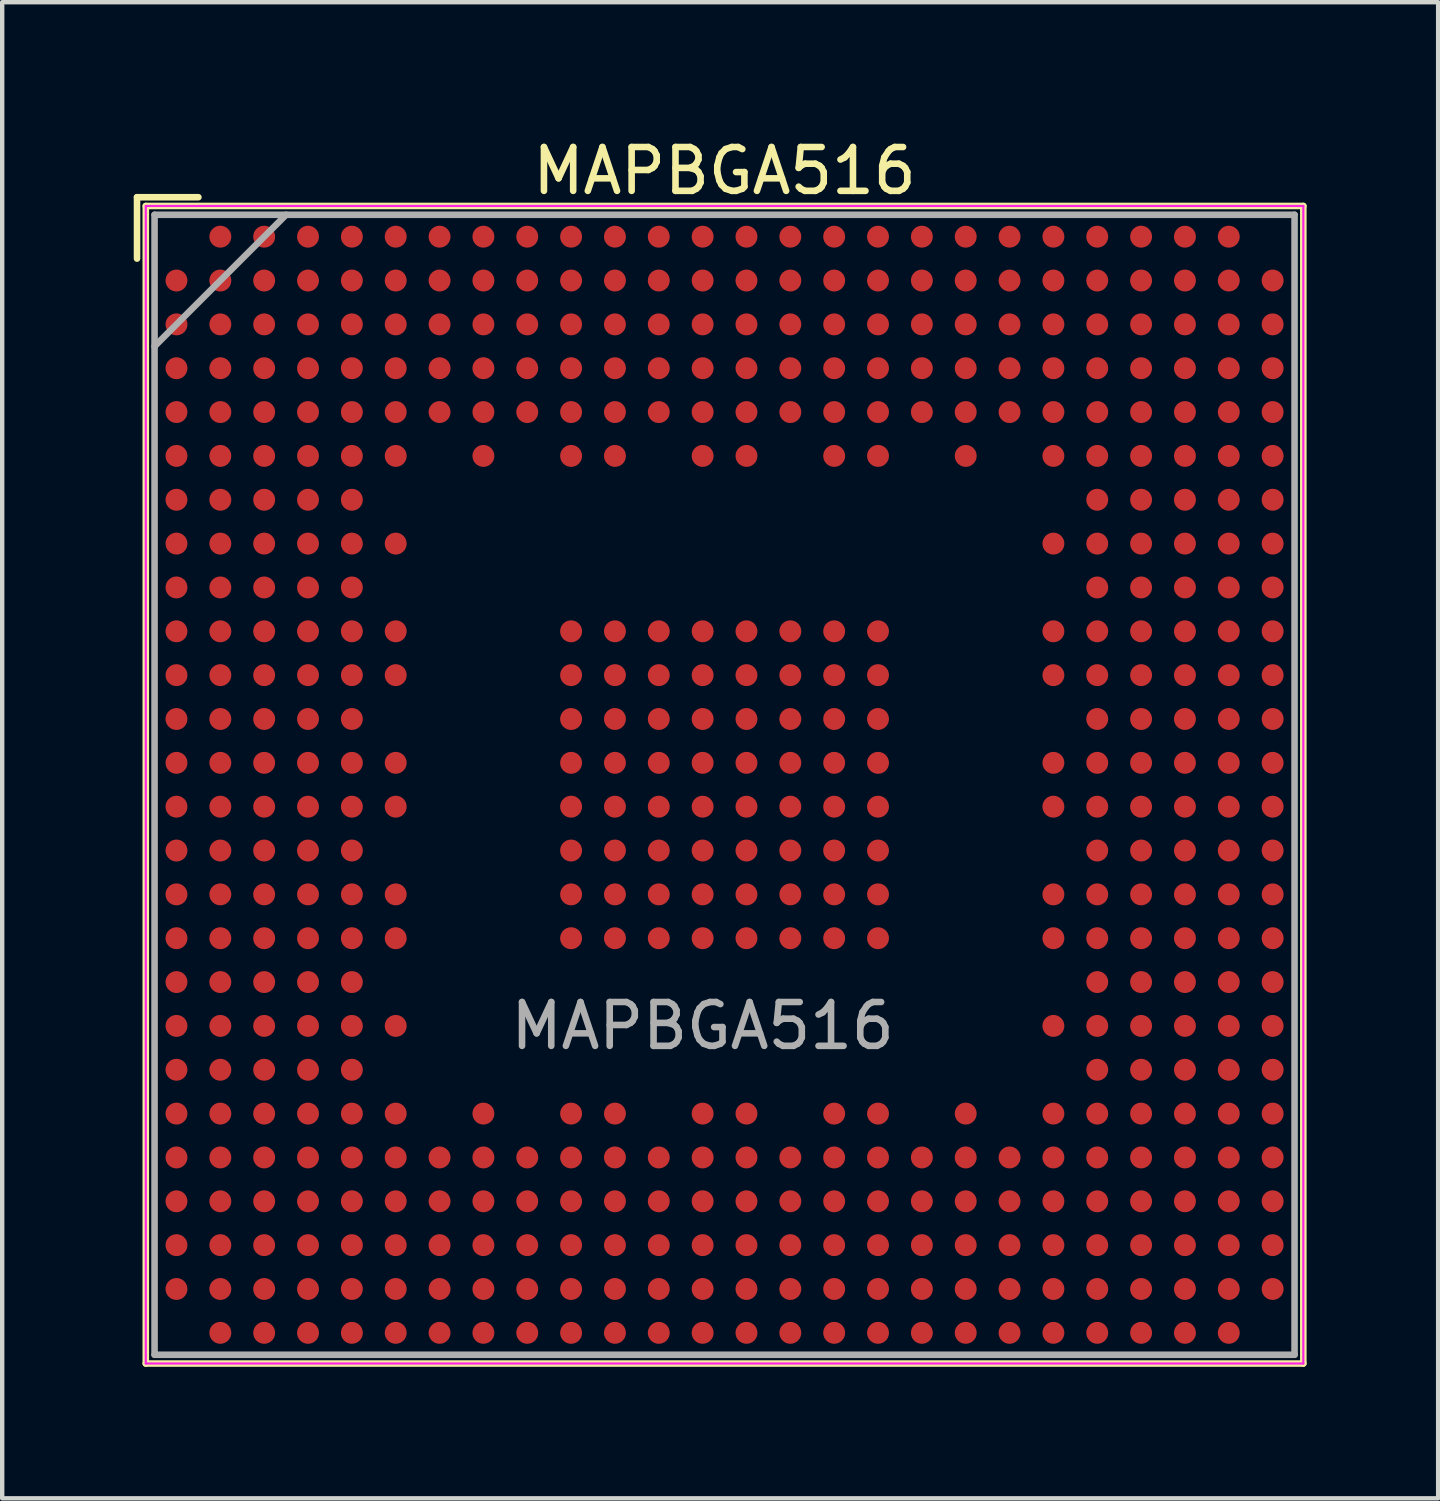
<source format=kicad_pcb>
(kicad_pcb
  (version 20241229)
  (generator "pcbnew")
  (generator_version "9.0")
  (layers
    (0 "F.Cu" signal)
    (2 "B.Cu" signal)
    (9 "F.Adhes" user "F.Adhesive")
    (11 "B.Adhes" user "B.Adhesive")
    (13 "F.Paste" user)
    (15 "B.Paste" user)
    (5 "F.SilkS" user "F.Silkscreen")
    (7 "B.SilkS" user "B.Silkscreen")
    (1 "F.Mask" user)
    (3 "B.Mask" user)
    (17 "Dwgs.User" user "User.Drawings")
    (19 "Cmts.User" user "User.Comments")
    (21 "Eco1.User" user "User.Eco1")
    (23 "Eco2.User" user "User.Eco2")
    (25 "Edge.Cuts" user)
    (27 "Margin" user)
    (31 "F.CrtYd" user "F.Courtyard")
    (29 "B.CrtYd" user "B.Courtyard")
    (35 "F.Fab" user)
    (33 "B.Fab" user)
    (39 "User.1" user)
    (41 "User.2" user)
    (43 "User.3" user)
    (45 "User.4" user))
  (footprint "MAPBGA516"
    (layer "F.Cu")
    (at 13.475 14.848)
    (property "Reference" "MAPBGA516" (at 0 -14 0) (layer "F.SilkS") (effects (font (size 1 1) (thickness 0.15))))
    (attr smd)
    (fp_line (start -13.4 -13.4) (end -13.4 -12) (stroke (width 0.15) (type solid)) (layer "F.SilkS"))
    (fp_line (start -13.2 -13.2) (end 13.2 -13.2) (stroke (width 0.15) (type solid)) (layer "F.SilkS"))
    (fp_line (start -13.2 13.2) (end -13.2 -13.2) (stroke (width 0.15) (type solid)) (layer "F.SilkS"))
    (fp_line (start -12 -13.4) (end -13.4 -13.4) (stroke (width 0.15) (type solid)) (layer "F.SilkS"))
    (fp_line (start 13.2 -13.2) (end 13.2 13.2) (stroke (width 0.15) (type solid)) (layer "F.SilkS"))
    (fp_line (start 13.2 13.2) (end -13.2 13.2) (stroke (width 0.15) (type solid)) (layer "F.SilkS"))
    (fp_line (start -13.2 -13.2) (end 13.2 -13.2) (stroke (width 0.05) (type solid)) (layer "F.CrtYd"))
    (fp_line (start -13.2 13.2) (end -13.2 -13.2) (stroke (width 0.05) (type solid)) (layer "F.CrtYd"))
    (fp_line (start 13.2 -13.2) (end 13.2 13.2) (stroke (width 0.05) (type solid)) (layer "F.CrtYd"))
    (fp_line (start 13.2 13.2) (end -13.2 13.2) (stroke (width 0.05) (type solid)) (layer "F.CrtYd"))
    (fp_line (start -13 -13) (end 13 -13) (stroke (width 0.15) (type solid)) (layer "F.Fab"))
    (fp_line (start -13 13) (end -13 -13) (stroke (width 0.15) (type solid)) (layer "F.Fab"))
    (fp_line (start -10 -13) (end -13 -10) (stroke (width 0.15) (type solid)) (layer "F.Fab"))
    (fp_line (start 13 -13) (end 13 13) (stroke (width 0.15) (type solid)) (layer "F.Fab"))
    (fp_line (start 13 13) (end -13 13) (stroke (width 0.15) (type solid)) (layer "F.Fab"))
    (fp_text user "${REFERENCE}" (at -0.5 5.5 0) (layer "F.Fab") (effects (font (size 1 1) (thickness 0.15))))
    (pad "A2" smd circle (at -11.5 -12.5) (size 0.5 0.5) (layers "F.Cu" "F.Mask" "F.Paste"))
    (pad "A3" smd circle (at -10.5 -12.5) (size 0.5 0.5) (layers "F.Cu" "F.Mask" "F.Paste"))
    (pad "A4" smd circle (at -9.5 -12.5) (size 0.5 0.5) (layers "F.Cu" "F.Mask" "F.Paste"))
    (pad "A5" smd circle (at -8.5 -12.5) (size 0.5 0.5) (layers "F.Cu" "F.Mask" "F.Paste"))
    (pad "A6" smd circle (at -7.5 -12.5) (size 0.5 0.5) (layers "F.Cu" "F.Mask" "F.Paste"))
    (pad "A7" smd circle (at -6.5 -12.5) (size 0.5 0.5) (layers "F.Cu" "F.Mask" "F.Paste"))
    (pad "A8" smd circle (at -5.5 -12.5) (size 0.5 0.5) (layers "F.Cu" "F.Mask" "F.Paste"))
    (pad "A9" smd circle (at -4.5 -12.5) (size 0.5 0.5) (layers "F.Cu" "F.Mask" "F.Paste"))
    (pad "A10" smd circle (at -3.5 -12.5) (size 0.5 0.5) (layers "F.Cu" "F.Mask" "F.Paste"))
    (pad "A11" smd circle (at -2.5 -12.5) (size 0.5 0.5) (layers "F.Cu" "F.Mask" "F.Paste"))
    (pad "A12" smd circle (at -1.5 -12.5) (size 0.5 0.5) (layers "F.Cu" "F.Mask" "F.Paste"))
    (pad "A13" smd circle (at -0.5 -12.5) (size 0.5 0.5) (layers "F.Cu" "F.Mask" "F.Paste"))
    (pad "A14" smd circle (at 0.5 -12.5) (size 0.5 0.5) (layers "F.Cu" "F.Mask" "F.Paste"))
    (pad "A15" smd circle (at 1.5 -12.5) (size 0.5 0.5) (layers "F.Cu" "F.Mask" "F.Paste"))
    (pad "A16" smd circle (at 2.5 -12.5) (size 0.5 0.5) (layers "F.Cu" "F.Mask" "F.Paste"))
    (pad "A17" smd circle (at 3.5 -12.5) (size 0.5 0.5) (layers "F.Cu" "F.Mask" "F.Paste"))
    (pad "A18" smd circle (at 4.5 -12.5) (size 0.5 0.5) (layers "F.Cu" "F.Mask" "F.Paste"))
    (pad "A19" smd circle (at 5.5 -12.5) (size 0.5 0.5) (layers "F.Cu" "F.Mask" "F.Paste"))
    (pad "A20" smd circle (at 6.5 -12.5) (size 0.5 0.5) (layers "F.Cu" "F.Mask" "F.Paste"))
    (pad "A21" smd circle (at 7.5 -12.5) (size 0.5 0.5) (layers "F.Cu" "F.Mask" "F.Paste"))
    (pad "A22" smd circle (at 8.5 -12.5) (size 0.5 0.5) (layers "F.Cu" "F.Mask" "F.Paste"))
    (pad "A23" smd circle (at 9.5 -12.5) (size 0.5 0.5) (layers "F.Cu" "F.Mask" "F.Paste"))
    (pad "A24" smd circle (at 10.5 -12.5) (size 0.5 0.5) (layers "F.Cu" "F.Mask" "F.Paste"))
    (pad "A25" smd circle (at 11.5 -12.5) (size 0.5 0.5) (layers "F.Cu" "F.Mask" "F.Paste"))
    (pad "AA1" smd circle (at -12.5 7.5) (size 0.5 0.5) (layers "F.Cu" "F.Mask" "F.Paste"))
    (pad "AA2" smd circle (at -11.5 7.5) (size 0.5 0.5) (layers "F.Cu" "F.Mask" "F.Paste"))
    (pad "AA3" smd circle (at -10.5 7.5) (size 0.5 0.5) (layers "F.Cu" "F.Mask" "F.Paste"))
    (pad "AA4" smd circle (at -9.5 7.5) (size 0.5 0.5) (layers "F.Cu" "F.Mask" "F.Paste"))
    (pad "AA5" smd circle (at -8.5 7.5) (size 0.5 0.5) (layers "F.Cu" "F.Mask" "F.Paste"))
    (pad "AA6" smd circle (at -7.5 7.5) (size 0.5 0.5) (layers "F.Cu" "F.Mask" "F.Paste"))
    (pad "AA8" smd circle (at -5.5 7.5) (size 0.5 0.5) (layers "F.Cu" "F.Mask" "F.Paste"))
    (pad "AA10" smd circle (at -3.5 7.5) (size 0.5 0.5) (layers "F.Cu" "F.Mask" "F.Paste"))
    (pad "AA11" smd circle (at -2.5 7.5) (size 0.5 0.5) (layers "F.Cu" "F.Mask" "F.Paste"))
    (pad "AA13" smd circle (at -0.5 7.5) (size 0.5 0.5) (layers "F.Cu" "F.Mask" "F.Paste"))
    (pad "AA14" smd circle (at 0.5 7.5) (size 0.5 0.5) (layers "F.Cu" "F.Mask" "F.Paste"))
    (pad "AA16" smd circle (at 2.5 7.5) (size 0.5 0.5) (layers "F.Cu" "F.Mask" "F.Paste"))
    (pad "AA17" smd circle (at 3.5 7.5) (size 0.5 0.5) (layers "F.Cu" "F.Mask" "F.Paste"))
    (pad "AA19" smd circle (at 5.5 7.5) (size 0.5 0.5) (layers "F.Cu" "F.Mask" "F.Paste"))
    (pad "AA21" smd circle (at 7.5 7.5) (size 0.5 0.5) (layers "F.Cu" "F.Mask" "F.Paste"))
    (pad "AA22" smd circle (at 8.5 7.5) (size 0.5 0.5) (layers "F.Cu" "F.Mask" "F.Paste"))
    (pad "AA23" smd circle (at 9.5 7.5) (size 0.5 0.5) (layers "F.Cu" "F.Mask" "F.Paste"))
    (pad "AA24" smd circle (at 10.5 7.5) (size 0.5 0.5) (layers "F.Cu" "F.Mask" "F.Paste"))
    (pad "AA25" smd circle (at 11.5 7.5) (size 0.5 0.5) (layers "F.Cu" "F.Mask" "F.Paste"))
    (pad "AA26" smd circle (at 12.5 7.5) (size 0.5 0.5) (layers "F.Cu" "F.Mask" "F.Paste"))
    (pad "AB1" smd circle (at -12.5 8.5) (size 0.5 0.5) (layers "F.Cu" "F.Mask" "F.Paste"))
    (pad "AB2" smd circle (at -11.5 8.5) (size 0.5 0.5) (layers "F.Cu" "F.Mask" "F.Paste"))
    (pad "AB3" smd circle (at -10.5 8.5) (size 0.5 0.5) (layers "F.Cu" "F.Mask" "F.Paste"))
    (pad "AB4" smd circle (at -9.5 8.5) (size 0.5 0.5) (layers "F.Cu" "F.Mask" "F.Paste"))
    (pad "AB5" smd circle (at -8.5 8.5) (size 0.5 0.5) (layers "F.Cu" "F.Mask" "F.Paste"))
    (pad "AB6" smd circle (at -7.5 8.5) (size 0.5 0.5) (layers "F.Cu" "F.Mask" "F.Paste"))
    (pad "AB7" smd circle (at -6.5 8.5) (size 0.5 0.5) (layers "F.Cu" "F.Mask" "F.Paste"))
    (pad "AB8" smd circle (at -5.5 8.5) (size 0.5 0.5) (layers "F.Cu" "F.Mask" "F.Paste"))
    (pad "AB9" smd circle (at -4.5 8.5) (size 0.5 0.5) (layers "F.Cu" "F.Mask" "F.Paste"))
    (pad "AB10" smd circle (at -3.5 8.5) (size 0.5 0.5) (layers "F.Cu" "F.Mask" "F.Paste"))
    (pad "AB11" smd circle (at -2.5 8.5) (size 0.5 0.5) (layers "F.Cu" "F.Mask" "F.Paste"))
    (pad "AB12" smd circle (at -1.5 8.5) (size 0.5 0.5) (layers "F.Cu" "F.Mask" "F.Paste"))
    (pad "AB13" smd circle (at -0.5 8.5) (size 0.5 0.5) (layers "F.Cu" "F.Mask" "F.Paste"))
    (pad "AB14" smd circle (at 0.5 8.5) (size 0.5 0.5) (layers "F.Cu" "F.Mask" "F.Paste"))
    (pad "AB15" smd circle (at 1.5 8.5) (size 0.5 0.5) (layers "F.Cu" "F.Mask" "F.Paste"))
    (pad "AB16" smd circle (at 2.5 8.5) (size 0.5 0.5) (layers "F.Cu" "F.Mask" "F.Paste"))
    (pad "AB17" smd circle (at 3.5 8.5) (size 0.5 0.5) (layers "F.Cu" "F.Mask" "F.Paste"))
    (pad "AB18" smd circle (at 4.5 8.5) (size 0.5 0.5) (layers "F.Cu" "F.Mask" "F.Paste"))
    (pad "AB19" smd circle (at 5.5 8.5) (size 0.5 0.5) (layers "F.Cu" "F.Mask" "F.Paste"))
    (pad "AB20" smd circle (at 6.5 8.5) (size 0.5 0.5) (layers "F.Cu" "F.Mask" "F.Paste"))
    (pad "AB21" smd circle (at 7.5 8.5) (size 0.5 0.5) (layers "F.Cu" "F.Mask" "F.Paste"))
    (pad "AB22" smd circle (at 8.5 8.5) (size 0.5 0.5) (layers "F.Cu" "F.Mask" "F.Paste"))
    (pad "AB23" smd circle (at 9.5 8.5) (size 0.5 0.5) (layers "F.Cu" "F.Mask" "F.Paste"))
    (pad "AB24" smd circle (at 10.5 8.5) (size 0.5 0.5) (layers "F.Cu" "F.Mask" "F.Paste"))
    (pad "AB25" smd circle (at 11.5 8.5) (size 0.5 0.5) (layers "F.Cu" "F.Mask" "F.Paste"))
    (pad "AB26" smd circle (at 12.5 8.5) (size 0.5 0.5) (layers "F.Cu" "F.Mask" "F.Paste"))
    (pad "AC1" smd circle (at -12.5 9.5) (size 0.5 0.5) (layers "F.Cu" "F.Mask" "F.Paste"))
    (pad "AC2" smd circle (at -11.5 9.5) (size 0.5 0.5) (layers "F.Cu" "F.Mask" "F.Paste"))
    (pad "AC3" smd circle (at -10.5 9.5) (size 0.5 0.5) (layers "F.Cu" "F.Mask" "F.Paste"))
    (pad "AC4" smd circle (at -9.5 9.5) (size 0.5 0.5) (layers "F.Cu" "F.Mask" "F.Paste"))
    (pad "AC5" smd circle (at -8.5 9.5) (size 0.5 0.5) (layers "F.Cu" "F.Mask" "F.Paste"))
    (pad "AC6" smd circle (at -7.5 9.5) (size 0.5 0.5) (layers "F.Cu" "F.Mask" "F.Paste"))
    (pad "AC7" smd circle (at -6.5 9.5) (size 0.5 0.5) (layers "F.Cu" "F.Mask" "F.Paste"))
    (pad "AC8" smd circle (at -5.5 9.5) (size 0.5 0.5) (layers "F.Cu" "F.Mask" "F.Paste"))
    (pad "AC9" smd circle (at -4.5 9.5) (size 0.5 0.5) (layers "F.Cu" "F.Mask" "F.Paste"))
    (pad "AC10" smd circle (at -3.5 9.5) (size 0.5 0.5) (layers "F.Cu" "F.Mask" "F.Paste"))
    (pad "AC11" smd circle (at -2.5 9.5) (size 0.5 0.5) (layers "F.Cu" "F.Mask" "F.Paste"))
    (pad "AC12" smd circle (at -1.5 9.5) (size 0.5 0.5) (layers "F.Cu" "F.Mask" "F.Paste"))
    (pad "AC13" smd circle (at -0.5 9.5) (size 0.5 0.5) (layers "F.Cu" "F.Mask" "F.Paste"))
    (pad "AC14" smd circle (at 0.5 9.5) (size 0.5 0.5) (layers "F.Cu" "F.Mask" "F.Paste"))
    (pad "AC15" smd circle (at 1.5 9.5) (size 0.5 0.5) (layers "F.Cu" "F.Mask" "F.Paste"))
    (pad "AC16" smd circle (at 2.5 9.5) (size 0.5 0.5) (layers "F.Cu" "F.Mask" "F.Paste"))
    (pad "AC17" smd circle (at 3.5 9.5) (size 0.5 0.5) (layers "F.Cu" "F.Mask" "F.Paste"))
    (pad "AC18" smd circle (at 4.5 9.5) (size 0.5 0.5) (layers "F.Cu" "F.Mask" "F.Paste"))
    (pad "AC19" smd circle (at 5.5 9.5) (size 0.5 0.5) (layers "F.Cu" "F.Mask" "F.Paste"))
    (pad "AC20" smd circle (at 6.5 9.5) (size 0.5 0.5) (layers "F.Cu" "F.Mask" "F.Paste"))
    (pad "AC21" smd circle (at 7.5 9.5) (size 0.5 0.5) (layers "F.Cu" "F.Mask" "F.Paste"))
    (pad "AC22" smd circle (at 8.5 9.5) (size 0.5 0.5) (layers "F.Cu" "F.Mask" "F.Paste"))
    (pad "AC23" smd circle (at 9.5 9.5) (size 0.5 0.5) (layers "F.Cu" "F.Mask" "F.Paste"))
    (pad "AC24" smd circle (at 10.5 9.5) (size 0.5 0.5) (layers "F.Cu" "F.Mask" "F.Paste"))
    (pad "AC25" smd circle (at 11.5 9.5) (size 0.5 0.5) (layers "F.Cu" "F.Mask" "F.Paste"))
    (pad "AC26" smd circle (at 12.5 9.5) (size 0.5 0.5) (layers "F.Cu" "F.Mask" "F.Paste"))
    (pad "AD1" smd circle (at -12.5 10.5) (size 0.5 0.5) (layers "F.Cu" "F.Mask" "F.Paste"))
    (pad "AD2" smd circle (at -11.5 10.5) (size 0.5 0.5) (layers "F.Cu" "F.Mask" "F.Paste"))
    (pad "AD3" smd circle (at -10.5 10.5) (size 0.5 0.5) (layers "F.Cu" "F.Mask" "F.Paste"))
    (pad "AD4" smd circle (at -9.5 10.5) (size 0.5 0.5) (layers "F.Cu" "F.Mask" "F.Paste"))
    (pad "AD5" smd circle (at -8.5 10.5) (size 0.5 0.5) (layers "F.Cu" "F.Mask" "F.Paste"))
    (pad "AD6" smd circle (at -7.5 10.5) (size 0.5 0.5) (layers "F.Cu" "F.Mask" "F.Paste"))
    (pad "AD7" smd circle (at -6.5 10.5) (size 0.5 0.5) (layers "F.Cu" "F.Mask" "F.Paste"))
    (pad "AD8" smd circle (at -5.5 10.5) (size 0.5 0.5) (layers "F.Cu" "F.Mask" "F.Paste"))
    (pad "AD9" smd circle (at -4.5 10.5) (size 0.5 0.5) (layers "F.Cu" "F.Mask" "F.Paste"))
    (pad "AD10" smd circle (at -3.5 10.5) (size 0.5 0.5) (layers "F.Cu" "F.Mask" "F.Paste"))
    (pad "AD11" smd circle (at -2.5 10.5) (size 0.5 0.5) (layers "F.Cu" "F.Mask" "F.Paste"))
    (pad "AD12" smd circle (at -1.5 10.5) (size 0.5 0.5) (layers "F.Cu" "F.Mask" "F.Paste"))
    (pad "AD13" smd circle (at -0.5 10.5) (size 0.5 0.5) (layers "F.Cu" "F.Mask" "F.Paste"))
    (pad "AD14" smd circle (at 0.5 10.5) (size 0.5 0.5) (layers "F.Cu" "F.Mask" "F.Paste"))
    (pad "AD15" smd circle (at 1.5 10.5) (size 0.5 0.5) (layers "F.Cu" "F.Mask" "F.Paste"))
    (pad "AD16" smd circle (at 2.5 10.5) (size 0.5 0.5) (layers "F.Cu" "F.Mask" "F.Paste"))
    (pad "AD17" smd circle (at 3.5 10.5) (size 0.5 0.5) (layers "F.Cu" "F.Mask" "F.Paste"))
    (pad "AD18" smd circle (at 4.5 10.5) (size 0.5 0.5) (layers "F.Cu" "F.Mask" "F.Paste"))
    (pad "AD19" smd circle (at 5.5 10.5) (size 0.5 0.5) (layers "F.Cu" "F.Mask" "F.Paste"))
    (pad "AD20" smd circle (at 6.5 10.5) (size 0.5 0.5) (layers "F.Cu" "F.Mask" "F.Paste"))
    (pad "AD21" smd circle (at 7.5 10.5) (size 0.5 0.5) (layers "F.Cu" "F.Mask" "F.Paste"))
    (pad "AD22" smd circle (at 8.5 10.5) (size 0.5 0.5) (layers "F.Cu" "F.Mask" "F.Paste"))
    (pad "AD23" smd circle (at 9.5 10.5) (size 0.5 0.5) (layers "F.Cu" "F.Mask" "F.Paste"))
    (pad "AD24" smd circle (at 10.5 10.5) (size 0.5 0.5) (layers "F.Cu" "F.Mask" "F.Paste"))
    (pad "AD25" smd circle (at 11.5 10.5) (size 0.5 0.5) (layers "F.Cu" "F.Mask" "F.Paste"))
    (pad "AD26" smd circle (at 12.5 10.5) (size 0.5 0.5) (layers "F.Cu" "F.Mask" "F.Paste"))
    (pad "AE1" smd circle (at -12.5 11.5) (size 0.5 0.5) (layers "F.Cu" "F.Mask" "F.Paste"))
    (pad "AE2" smd circle (at -11.5 11.5) (size 0.5 0.5) (layers "F.Cu" "F.Mask" "F.Paste"))
    (pad "AE3" smd circle (at -10.5 11.5) (size 0.5 0.5) (layers "F.Cu" "F.Mask" "F.Paste"))
    (pad "AE4" smd circle (at -9.5 11.5) (size 0.5 0.5) (layers "F.Cu" "F.Mask" "F.Paste"))
    (pad "AE5" smd circle (at -8.5 11.5) (size 0.5 0.5) (layers "F.Cu" "F.Mask" "F.Paste"))
    (pad "AE6" smd circle (at -7.5 11.5) (size 0.5 0.5) (layers "F.Cu" "F.Mask" "F.Paste"))
    (pad "AE7" smd circle (at -6.5 11.5) (size 0.5 0.5) (layers "F.Cu" "F.Mask" "F.Paste"))
    (pad "AE8" smd circle (at -5.5 11.5) (size 0.5 0.5) (layers "F.Cu" "F.Mask" "F.Paste"))
    (pad "AE9" smd circle (at -4.5 11.5) (size 0.5 0.5) (layers "F.Cu" "F.Mask" "F.Paste"))
    (pad "AE10" smd circle (at -3.5 11.5) (size 0.5 0.5) (layers "F.Cu" "F.Mask" "F.Paste"))
    (pad "AE11" smd circle (at -2.5 11.5) (size 0.5 0.5) (layers "F.Cu" "F.Mask" "F.Paste"))
    (pad "AE12" smd circle (at -1.5 11.5) (size 0.5 0.5) (layers "F.Cu" "F.Mask" "F.Paste"))
    (pad "AE13" smd circle (at -0.5 11.5) (size 0.5 0.5) (layers "F.Cu" "F.Mask" "F.Paste"))
    (pad "AE14" smd circle (at 0.5 11.5) (size 0.5 0.5) (layers "F.Cu" "F.Mask" "F.Paste"))
    (pad "AE15" smd circle (at 1.5 11.5) (size 0.5 0.5) (layers "F.Cu" "F.Mask" "F.Paste"))
    (pad "AE16" smd circle (at 2.5 11.5) (size 0.5 0.5) (layers "F.Cu" "F.Mask" "F.Paste"))
    (pad "AE17" smd circle (at 3.5 11.5) (size 0.5 0.5) (layers "F.Cu" "F.Mask" "F.Paste"))
    (pad "AE18" smd circle (at 4.5 11.5) (size 0.5 0.5) (layers "F.Cu" "F.Mask" "F.Paste"))
    (pad "AE19" smd circle (at 5.5 11.5) (size 0.5 0.5) (layers "F.Cu" "F.Mask" "F.Paste"))
    (pad "AE20" smd circle (at 6.5 11.5) (size 0.5 0.5) (layers "F.Cu" "F.Mask" "F.Paste"))
    (pad "AE21" smd circle (at 7.5 11.5) (size 0.5 0.5) (layers "F.Cu" "F.Mask" "F.Paste"))
    (pad "AE22" smd circle (at 8.5 11.5) (size 0.5 0.5) (layers "F.Cu" "F.Mask" "F.Paste"))
    (pad "AE23" smd circle (at 9.5 11.5) (size 0.5 0.5) (layers "F.Cu" "F.Mask" "F.Paste"))
    (pad "AE24" smd circle (at 10.5 11.5) (size 0.5 0.5) (layers "F.Cu" "F.Mask" "F.Paste"))
    (pad "AE25" smd circle (at 11.5 11.5) (size 0.5 0.5) (layers "F.Cu" "F.Mask" "F.Paste"))
    (pad "AE26" smd circle (at 12.5 11.5) (size 0.5 0.5) (layers "F.Cu" "F.Mask" "F.Paste"))
    (pad "AF2" smd circle (at -11.5 12.5) (size 0.5 0.5) (layers "F.Cu" "F.Mask" "F.Paste"))
    (pad "AF3" smd circle (at -10.5 12.5) (size 0.5 0.5) (layers "F.Cu" "F.Mask" "F.Paste"))
    (pad "AF4" smd circle (at -9.5 12.5) (size 0.5 0.5) (layers "F.Cu" "F.Mask" "F.Paste"))
    (pad "AF5" smd circle (at -8.5 12.5) (size 0.5 0.5) (layers "F.Cu" "F.Mask" "F.Paste"))
    (pad "AF6" smd circle (at -7.5 12.5) (size 0.5 0.5) (layers "F.Cu" "F.Mask" "F.Paste"))
    (pad "AF7" smd circle (at -6.5 12.5) (size 0.5 0.5) (layers "F.Cu" "F.Mask" "F.Paste"))
    (pad "AF8" smd circle (at -5.5 12.5) (size 0.5 0.5) (layers "F.Cu" "F.Mask" "F.Paste"))
    (pad "AF9" smd circle (at -4.5 12.5) (size 0.5 0.5) (layers "F.Cu" "F.Mask" "F.Paste"))
    (pad "AF10" smd circle (at -3.5 12.5) (size 0.5 0.5) (layers "F.Cu" "F.Mask" "F.Paste"))
    (pad "AF11" smd circle (at -2.5 12.5) (size 0.5 0.5) (layers "F.Cu" "F.Mask" "F.Paste"))
    (pad "AF12" smd circle (at -1.5 12.5) (size 0.5 0.5) (layers "F.Cu" "F.Mask" "F.Paste"))
    (pad "AF13" smd circle (at -0.5 12.5) (size 0.5 0.5) (layers "F.Cu" "F.Mask" "F.Paste"))
    (pad "AF14" smd circle (at 0.5 12.5) (size 0.5 0.5) (layers "F.Cu" "F.Mask" "F.Paste"))
    (pad "AF15" smd circle (at 1.5 12.5) (size 0.5 0.5) (layers "F.Cu" "F.Mask" "F.Paste"))
    (pad "AF16" smd circle (at 2.5 12.5) (size 0.5 0.5) (layers "F.Cu" "F.Mask" "F.Paste"))
    (pad "AF17" smd circle (at 3.5 12.5) (size 0.5 0.5) (layers "F.Cu" "F.Mask" "F.Paste"))
    (pad "AF18" smd circle (at 4.5 12.5) (size 0.5 0.5) (layers "F.Cu" "F.Mask" "F.Paste"))
    (pad "AF19" smd circle (at 5.5 12.5) (size 0.5 0.5) (layers "F.Cu" "F.Mask" "F.Paste"))
    (pad "AF20" smd circle (at 6.5 12.5) (size 0.5 0.5) (layers "F.Cu" "F.Mask" "F.Paste"))
    (pad "AF21" smd circle (at 7.5 12.5) (size 0.5 0.5) (layers "F.Cu" "F.Mask" "F.Paste"))
    (pad "AF22" smd circle (at 8.5 12.5) (size 0.5 0.5) (layers "F.Cu" "F.Mask" "F.Paste"))
    (pad "AF23" smd circle (at 9.5 12.5) (size 0.5 0.5) (layers "F.Cu" "F.Mask" "F.Paste"))
    (pad "AF24" smd circle (at 10.5 12.5) (size 0.5 0.5) (layers "F.Cu" "F.Mask" "F.Paste"))
    (pad "AF25" smd circle (at 11.5 12.5) (size 0.5 0.5) (layers "F.Cu" "F.Mask" "F.Paste"))
    (pad "B1" smd circle (at -12.5 -11.5) (size 0.5 0.5) (layers "F.Cu" "F.Mask" "F.Paste"))
    (pad "B2" smd circle (at -11.5 -11.5) (size 0.5 0.5) (layers "F.Cu" "F.Mask" "F.Paste"))
    (pad "B3" smd circle (at -10.5 -11.5) (size 0.5 0.5) (layers "F.Cu" "F.Mask" "F.Paste"))
    (pad "B4" smd circle (at -9.5 -11.5) (size 0.5 0.5) (layers "F.Cu" "F.Mask" "F.Paste"))
    (pad "B5" smd circle (at -8.5 -11.5) (size 0.5 0.5) (layers "F.Cu" "F.Mask" "F.Paste"))
    (pad "B6" smd circle (at -7.5 -11.5) (size 0.5 0.5) (layers "F.Cu" "F.Mask" "F.Paste"))
    (pad "B7" smd circle (at -6.5 -11.5) (size 0.5 0.5) (layers "F.Cu" "F.Mask" "F.Paste"))
    (pad "B8" smd circle (at -5.5 -11.5) (size 0.5 0.5) (layers "F.Cu" "F.Mask" "F.Paste"))
    (pad "B9" smd circle (at -4.5 -11.5) (size 0.5 0.5) (layers "F.Cu" "F.Mask" "F.Paste"))
    (pad "B10" smd circle (at -3.5 -11.5) (size 0.5 0.5) (layers "F.Cu" "F.Mask" "F.Paste"))
    (pad "B11" smd circle (at -2.5 -11.5) (size 0.5 0.5) (layers "F.Cu" "F.Mask" "F.Paste"))
    (pad "B12" smd circle (at -1.5 -11.5) (size 0.5 0.5) (layers "F.Cu" "F.Mask" "F.Paste"))
    (pad "B13" smd circle (at -0.5 -11.5) (size 0.5 0.5) (layers "F.Cu" "F.Mask" "F.Paste"))
    (pad "B14" smd circle (at 0.5 -11.5) (size 0.5 0.5) (layers "F.Cu" "F.Mask" "F.Paste"))
    (pad "B15" smd circle (at 1.5 -11.5) (size 0.5 0.5) (layers "F.Cu" "F.Mask" "F.Paste"))
    (pad "B16" smd circle (at 2.5 -11.5) (size 0.5 0.5) (layers "F.Cu" "F.Mask" "F.Paste"))
    (pad "B17" smd circle (at 3.5 -11.5) (size 0.5 0.5) (layers "F.Cu" "F.Mask" "F.Paste"))
    (pad "B18" smd circle (at 4.5 -11.5) (size 0.5 0.5) (layers "F.Cu" "F.Mask" "F.Paste"))
    (pad "B19" smd circle (at 5.5 -11.5) (size 0.5 0.5) (layers "F.Cu" "F.Mask" "F.Paste"))
    (pad "B20" smd circle (at 6.5 -11.5) (size 0.5 0.5) (layers "F.Cu" "F.Mask" "F.Paste"))
    (pad "B21" smd circle (at 7.5 -11.5) (size 0.5 0.5) (layers "F.Cu" "F.Mask" "F.Paste"))
    (pad "B22" smd circle (at 8.5 -11.5) (size 0.5 0.5) (layers "F.Cu" "F.Mask" "F.Paste"))
    (pad "B23" smd circle (at 9.5 -11.5) (size 0.5 0.5) (layers "F.Cu" "F.Mask" "F.Paste"))
    (pad "B24" smd circle (at 10.5 -11.5) (size 0.5 0.5) (layers "F.Cu" "F.Mask" "F.Paste"))
    (pad "B25" smd circle (at 11.5 -11.5) (size 0.5 0.5) (layers "F.Cu" "F.Mask" "F.Paste"))
    (pad "B26" smd circle (at 12.5 -11.5) (size 0.5 0.5) (layers "F.Cu" "F.Mask" "F.Paste"))
    (pad "C1" smd circle (at -12.5 -10.5) (size 0.5 0.5) (layers "F.Cu" "F.Mask" "F.Paste"))
    (pad "C2" smd circle (at -11.5 -10.5) (size 0.5 0.5) (layers "F.Cu" "F.Mask" "F.Paste"))
    (pad "C3" smd circle (at -10.5 -10.5) (size 0.5 0.5) (layers "F.Cu" "F.Mask" "F.Paste"))
    (pad "C4" smd circle (at -9.5 -10.5) (size 0.5 0.5) (layers "F.Cu" "F.Mask" "F.Paste"))
    (pad "C5" smd circle (at -8.5 -10.5) (size 0.5 0.5) (layers "F.Cu" "F.Mask" "F.Paste"))
    (pad "C6" smd circle (at -7.5 -10.5) (size 0.5 0.5) (layers "F.Cu" "F.Mask" "F.Paste"))
    (pad "C7" smd circle (at -6.5 -10.5) (size 0.5 0.5) (layers "F.Cu" "F.Mask" "F.Paste"))
    (pad "C8" smd circle (at -5.5 -10.5) (size 0.5 0.5) (layers "F.Cu" "F.Mask" "F.Paste"))
    (pad "C9" smd circle (at -4.5 -10.5) (size 0.5 0.5) (layers "F.Cu" "F.Mask" "F.Paste"))
    (pad "C10" smd circle (at -3.5 -10.5) (size 0.5 0.5) (layers "F.Cu" "F.Mask" "F.Paste"))
    (pad "C11" smd circle (at -2.5 -10.5) (size 0.5 0.5) (layers "F.Cu" "F.Mask" "F.Paste"))
    (pad "C12" smd circle (at -1.5 -10.5) (size 0.5 0.5) (layers "F.Cu" "F.Mask" "F.Paste"))
    (pad "C13" smd circle (at -0.5 -10.5) (size 0.5 0.5) (layers "F.Cu" "F.Mask" "F.Paste"))
    (pad "C14" smd circle (at 0.5 -10.5) (size 0.5 0.5) (layers "F.Cu" "F.Mask" "F.Paste"))
    (pad "C15" smd circle (at 1.5 -10.5) (size 0.5 0.5) (layers "F.Cu" "F.Mask" "F.Paste"))
    (pad "C16" smd circle (at 2.5 -10.5) (size 0.5 0.5) (layers "F.Cu" "F.Mask" "F.Paste"))
    (pad "C17" smd circle (at 3.5 -10.5) (size 0.5 0.5) (layers "F.Cu" "F.Mask" "F.Paste"))
    (pad "C18" smd circle (at 4.5 -10.5) (size 0.5 0.5) (layers "F.Cu" "F.Mask" "F.Paste"))
    (pad "C19" smd circle (at 5.5 -10.5) (size 0.5 0.5) (layers "F.Cu" "F.Mask" "F.Paste"))
    (pad "C20" smd circle (at 6.5 -10.5) (size 0.5 0.5) (layers "F.Cu" "F.Mask" "F.Paste"))
    (pad "C21" smd circle (at 7.5 -10.5) (size 0.5 0.5) (layers "F.Cu" "F.Mask" "F.Paste"))
    (pad "C22" smd circle (at 8.5 -10.5) (size 0.5 0.5) (layers "F.Cu" "F.Mask" "F.Paste"))
    (pad "C23" smd circle (at 9.5 -10.5) (size 0.5 0.5) (layers "F.Cu" "F.Mask" "F.Paste"))
    (pad "C24" smd circle (at 10.5 -10.5) (size 0.5 0.5) (layers "F.Cu" "F.Mask" "F.Paste"))
    (pad "C25" smd circle (at 11.5 -10.5) (size 0.5 0.5) (layers "F.Cu" "F.Mask" "F.Paste"))
    (pad "C26" smd circle (at 12.5 -10.5) (size 0.5 0.5) (layers "F.Cu" "F.Mask" "F.Paste"))
    (pad "D1" smd circle (at -12.5 -9.5) (size 0.5 0.5) (layers "F.Cu" "F.Mask" "F.Paste"))
    (pad "D2" smd circle (at -11.5 -9.5) (size 0.5 0.5) (layers "F.Cu" "F.Mask" "F.Paste"))
    (pad "D3" smd circle (at -10.5 -9.5) (size 0.5 0.5) (layers "F.Cu" "F.Mask" "F.Paste"))
    (pad "D4" smd circle (at -9.5 -9.5) (size 0.5 0.5) (layers "F.Cu" "F.Mask" "F.Paste"))
    (pad "D5" smd circle (at -8.5 -9.5) (size 0.5 0.5) (layers "F.Cu" "F.Mask" "F.Paste"))
    (pad "D6" smd circle (at -7.5 -9.5) (size 0.5 0.5) (layers "F.Cu" "F.Mask" "F.Paste"))
    (pad "D7" smd circle (at -6.5 -9.5) (size 0.5 0.5) (layers "F.Cu" "F.Mask" "F.Paste"))
    (pad "D8" smd circle (at -5.5 -9.5) (size 0.5 0.5) (layers "F.Cu" "F.Mask" "F.Paste"))
    (pad "D9" smd circle (at -4.5 -9.5) (size 0.5 0.5) (layers "F.Cu" "F.Mask" "F.Paste"))
    (pad "D10" smd circle (at -3.5 -9.5) (size 0.5 0.5) (layers "F.Cu" "F.Mask" "F.Paste"))
    (pad "D11" smd circle (at -2.5 -9.5) (size 0.5 0.5) (layers "F.Cu" "F.Mask" "F.Paste"))
    (pad "D12" smd circle (at -1.5 -9.5) (size 0.5 0.5) (layers "F.Cu" "F.Mask" "F.Paste"))
    (pad "D13" smd circle (at -0.5 -9.5) (size 0.5 0.5) (layers "F.Cu" "F.Mask" "F.Paste"))
    (pad "D14" smd circle (at 0.5 -9.5) (size 0.5 0.5) (layers "F.Cu" "F.Mask" "F.Paste"))
    (pad "D15" smd circle (at 1.5 -9.5) (size 0.5 0.5) (layers "F.Cu" "F.Mask" "F.Paste"))
    (pad "D16" smd circle (at 2.5 -9.5) (size 0.5 0.5) (layers "F.Cu" "F.Mask" "F.Paste"))
    (pad "D17" smd circle (at 3.5 -9.5) (size 0.5 0.5) (layers "F.Cu" "F.Mask" "F.Paste"))
    (pad "D18" smd circle (at 4.5 -9.5) (size 0.5 0.5) (layers "F.Cu" "F.Mask" "F.Paste"))
    (pad "D19" smd circle (at 5.5 -9.5) (size 0.5 0.5) (layers "F.Cu" "F.Mask" "F.Paste"))
    (pad "D20" smd circle (at 6.5 -9.5) (size 0.5 0.5) (layers "F.Cu" "F.Mask" "F.Paste"))
    (pad "D21" smd circle (at 7.5 -9.5) (size 0.5 0.5) (layers "F.Cu" "F.Mask" "F.Paste"))
    (pad "D22" smd circle (at 8.5 -9.5) (size 0.5 0.5) (layers "F.Cu" "F.Mask" "F.Paste"))
    (pad "D23" smd circle (at 9.5 -9.5) (size 0.5 0.5) (layers "F.Cu" "F.Mask" "F.Paste"))
    (pad "D24" smd circle (at 10.5 -9.5) (size 0.5 0.5) (layers "F.Cu" "F.Mask" "F.Paste"))
    (pad "D25" smd circle (at 11.5 -9.5) (size 0.5 0.5) (layers "F.Cu" "F.Mask" "F.Paste"))
    (pad "D26" smd circle (at 12.5 -9.5) (size 0.5 0.5) (layers "F.Cu" "F.Mask" "F.Paste"))
    (pad "E1" smd circle (at -12.5 -8.5) (size 0.5 0.5) (layers "F.Cu" "F.Mask" "F.Paste"))
    (pad "E2" smd circle (at -11.5 -8.5) (size 0.5 0.5) (layers "F.Cu" "F.Mask" "F.Paste"))
    (pad "E3" smd circle (at -10.5 -8.5) (size 0.5 0.5) (layers "F.Cu" "F.Mask" "F.Paste"))
    (pad "E4" smd circle (at -9.5 -8.5) (size 0.5 0.5) (layers "F.Cu" "F.Mask" "F.Paste"))
    (pad "E5" smd circle (at -8.5 -8.5) (size 0.5 0.5) (layers "F.Cu" "F.Mask" "F.Paste"))
    (pad "E6" smd circle (at -7.5 -8.5) (size 0.5 0.5) (layers "F.Cu" "F.Mask" "F.Paste"))
    (pad "E7" smd circle (at -6.5 -8.5) (size 0.5 0.5) (layers "F.Cu" "F.Mask" "F.Paste"))
    (pad "E8" smd circle (at -5.5 -8.5) (size 0.5 0.5) (layers "F.Cu" "F.Mask" "F.Paste"))
    (pad "E9" smd circle (at -4.5 -8.5) (size 0.5 0.5) (layers "F.Cu" "F.Mask" "F.Paste"))
    (pad "E10" smd circle (at -3.5 -8.5) (size 0.5 0.5) (layers "F.Cu" "F.Mask" "F.Paste"))
    (pad "E11" smd circle (at -2.5 -8.5) (size 0.5 0.5) (layers "F.Cu" "F.Mask" "F.Paste"))
    (pad "E12" smd circle (at -1.5 -8.5) (size 0.5 0.5) (layers "F.Cu" "F.Mask" "F.Paste"))
    (pad "E13" smd circle (at -0.5 -8.5) (size 0.5 0.5) (layers "F.Cu" "F.Mask" "F.Paste"))
    (pad "E14" smd circle (at 0.5 -8.5) (size 0.5 0.5) (layers "F.Cu" "F.Mask" "F.Paste"))
    (pad "E15" smd circle (at 1.5 -8.5) (size 0.5 0.5) (layers "F.Cu" "F.Mask" "F.Paste"))
    (pad "E16" smd circle (at 2.5 -8.5) (size 0.5 0.5) (layers "F.Cu" "F.Mask" "F.Paste"))
    (pad "E17" smd circle (at 3.5 -8.5) (size 0.5 0.5) (layers "F.Cu" "F.Mask" "F.Paste"))
    (pad "E18" smd circle (at 4.5 -8.5) (size 0.5 0.5) (layers "F.Cu" "F.Mask" "F.Paste"))
    (pad "E19" smd circle (at 5.5 -8.5) (size 0.5 0.5) (layers "F.Cu" "F.Mask" "F.Paste"))
    (pad "E20" smd circle (at 6.5 -8.5) (size 0.5 0.5) (layers "F.Cu" "F.Mask" "F.Paste"))
    (pad "E21" smd circle (at 7.5 -8.5) (size 0.5 0.5) (layers "F.Cu" "F.Mask" "F.Paste"))
    (pad "E22" smd circle (at 8.5 -8.5) (size 0.5 0.5) (layers "F.Cu" "F.Mask" "F.Paste"))
    (pad "E23" smd circle (at 9.5 -8.5) (size 0.5 0.5) (layers "F.Cu" "F.Mask" "F.Paste"))
    (pad "E24" smd circle (at 10.5 -8.5) (size 0.5 0.5) (layers "F.Cu" "F.Mask" "F.Paste"))
    (pad "E25" smd circle (at 11.5 -8.5) (size 0.5 0.5) (layers "F.Cu" "F.Mask" "F.Paste"))
    (pad "E26" smd circle (at 12.5 -8.5) (size 0.5 0.5) (layers "F.Cu" "F.Mask" "F.Paste"))
    (pad "F1" smd circle (at -12.5 -7.5) (size 0.5 0.5) (layers "F.Cu" "F.Mask" "F.Paste"))
    (pad "F2" smd circle (at -11.5 -7.5) (size 0.5 0.5) (layers "F.Cu" "F.Mask" "F.Paste"))
    (pad "F3" smd circle (at -10.5 -7.5) (size 0.5 0.5) (layers "F.Cu" "F.Mask" "F.Paste"))
    (pad "F4" smd circle (at -9.5 -7.5) (size 0.5 0.5) (layers "F.Cu" "F.Mask" "F.Paste"))
    (pad "F5" smd circle (at -8.5 -7.5) (size 0.5 0.5) (layers "F.Cu" "F.Mask" "F.Paste"))
    (pad "F6" smd circle (at -7.5 -7.5) (size 0.5 0.5) (layers "F.Cu" "F.Mask" "F.Paste"))
    (pad "F8" smd circle (at -5.5 -7.5) (size 0.5 0.5) (layers "F.Cu" "F.Mask" "F.Paste"))
    (pad "F10" smd circle (at -3.5 -7.5) (size 0.5 0.5) (layers "F.Cu" "F.Mask" "F.Paste"))
    (pad "F11" smd circle (at -2.5 -7.5) (size 0.5 0.5) (layers "F.Cu" "F.Mask" "F.Paste"))
    (pad "F13" smd circle (at -0.5 -7.5) (size 0.5 0.5) (layers "F.Cu" "F.Mask" "F.Paste"))
    (pad "F14" smd circle (at 0.5 -7.5) (size 0.5 0.5) (layers "F.Cu" "F.Mask" "F.Paste"))
    (pad "F16" smd circle (at 2.5 -7.5) (size 0.5 0.5) (layers "F.Cu" "F.Mask" "F.Paste"))
    (pad "F17" smd circle (at 3.5 -7.5) (size 0.5 0.5) (layers "F.Cu" "F.Mask" "F.Paste"))
    (pad "F19" smd circle (at 5.5 -7.5) (size 0.5 0.5) (layers "F.Cu" "F.Mask" "F.Paste"))
    (pad "F21" smd circle (at 7.5 -7.5) (size 0.5 0.5) (layers "F.Cu" "F.Mask" "F.Paste"))
    (pad "F22" smd circle (at 8.5 -7.5) (size 0.5 0.5) (layers "F.Cu" "F.Mask" "F.Paste"))
    (pad "F23" smd circle (at 9.5 -7.5) (size 0.5 0.5) (layers "F.Cu" "F.Mask" "F.Paste"))
    (pad "F24" smd circle (at 10.5 -7.5) (size 0.5 0.5) (layers "F.Cu" "F.Mask" "F.Paste"))
    (pad "F25" smd circle (at 11.5 -7.5) (size 0.5 0.5) (layers "F.Cu" "F.Mask" "F.Paste"))
    (pad "F26" smd circle (at 12.5 -7.5) (size 0.5 0.5) (layers "F.Cu" "F.Mask" "F.Paste"))
    (pad "G1" smd circle (at -12.5 -6.5) (size 0.5 0.5) (layers "F.Cu" "F.Mask" "F.Paste"))
    (pad "G2" smd circle (at -11.5 -6.5) (size 0.5 0.5) (layers "F.Cu" "F.Mask" "F.Paste"))
    (pad "G3" smd circle (at -10.5 -6.5) (size 0.5 0.5) (layers "F.Cu" "F.Mask" "F.Paste"))
    (pad "G4" smd circle (at -9.5 -6.5) (size 0.5 0.5) (layers "F.Cu" "F.Mask" "F.Paste"))
    (pad "G5" smd circle (at -8.5 -6.5) (size 0.5 0.5) (layers "F.Cu" "F.Mask" "F.Paste"))
    (pad "G22" smd circle (at 8.5 -6.5) (size 0.5 0.5) (layers "F.Cu" "F.Mask" "F.Paste"))
    (pad "G23" smd circle (at 9.5 -6.5) (size 0.5 0.5) (layers "F.Cu" "F.Mask" "F.Paste"))
    (pad "G24" smd circle (at 10.5 -6.5) (size 0.5 0.5) (layers "F.Cu" "F.Mask" "F.Paste"))
    (pad "G25" smd circle (at 11.5 -6.5) (size 0.5 0.5) (layers "F.Cu" "F.Mask" "F.Paste"))
    (pad "G26" smd circle (at 12.5 -6.5) (size 0.5 0.5) (layers "F.Cu" "F.Mask" "F.Paste"))
    (pad "H1" smd circle (at -12.5 -5.5) (size 0.5 0.5) (layers "F.Cu" "F.Mask" "F.Paste"))
    (pad "H2" smd circle (at -11.5 -5.5) (size 0.5 0.5) (layers "F.Cu" "F.Mask" "F.Paste"))
    (pad "H3" smd circle (at -10.5 -5.5) (size 0.5 0.5) (layers "F.Cu" "F.Mask" "F.Paste"))
    (pad "H4" smd circle (at -9.5 -5.5) (size 0.5 0.5) (layers "F.Cu" "F.Mask" "F.Paste"))
    (pad "H5" smd circle (at -8.5 -5.5) (size 0.5 0.5) (layers "F.Cu" "F.Mask" "F.Paste"))
    (pad "H6" smd circle (at -7.5 -5.5) (size 0.5 0.5) (layers "F.Cu" "F.Mask" "F.Paste"))
    (pad "H21" smd circle (at 7.5 -5.5) (size 0.5 0.5) (layers "F.Cu" "F.Mask" "F.Paste"))
    (pad "H22" smd circle (at 8.5 -5.5) (size 0.5 0.5) (layers "F.Cu" "F.Mask" "F.Paste"))
    (pad "H23" smd circle (at 9.5 -5.5) (size 0.5 0.5) (layers "F.Cu" "F.Mask" "F.Paste"))
    (pad "H24" smd circle (at 10.5 -5.5) (size 0.5 0.5) (layers "F.Cu" "F.Mask" "F.Paste"))
    (pad "H25" smd circle (at 11.5 -5.5) (size 0.5 0.5) (layers "F.Cu" "F.Mask" "F.Paste"))
    (pad "H26" smd circle (at 12.5 -5.5) (size 0.5 0.5) (layers "F.Cu" "F.Mask" "F.Paste"))
    (pad "J1" smd circle (at -12.5 -4.5) (size 0.5 0.5) (layers "F.Cu" "F.Mask" "F.Paste"))
    (pad "J2" smd circle (at -11.5 -4.5) (size 0.5 0.5) (layers "F.Cu" "F.Mask" "F.Paste"))
    (pad "J3" smd circle (at -10.5 -4.5) (size 0.5 0.5) (layers "F.Cu" "F.Mask" "F.Paste"))
    (pad "J4" smd circle (at -9.5 -4.5) (size 0.5 0.5) (layers "F.Cu" "F.Mask" "F.Paste"))
    (pad "J5" smd circle (at -8.5 -4.5) (size 0.5 0.5) (layers "F.Cu" "F.Mask" "F.Paste"))
    (pad "J22" smd circle (at 8.5 -4.5) (size 0.5 0.5) (layers "F.Cu" "F.Mask" "F.Paste"))
    (pad "J23" smd circle (at 9.5 -4.5) (size 0.5 0.5) (layers "F.Cu" "F.Mask" "F.Paste"))
    (pad "J24" smd circle (at 10.5 -4.5) (size 0.5 0.5) (layers "F.Cu" "F.Mask" "F.Paste"))
    (pad "J25" smd circle (at 11.5 -4.5) (size 0.5 0.5) (layers "F.Cu" "F.Mask" "F.Paste"))
    (pad "J26" smd circle (at 12.5 -4.5) (size 0.5 0.5) (layers "F.Cu" "F.Mask" "F.Paste"))
    (pad "K1" smd circle (at -12.5 -3.5) (size 0.5 0.5) (layers "F.Cu" "F.Mask" "F.Paste"))
    (pad "K2" smd circle (at -11.5 -3.5) (size 0.5 0.5) (layers "F.Cu" "F.Mask" "F.Paste"))
    (pad "K3" smd circle (at -10.5 -3.5) (size 0.5 0.5) (layers "F.Cu" "F.Mask" "F.Paste"))
    (pad "K4" smd circle (at -9.5 -3.5) (size 0.5 0.5) (layers "F.Cu" "F.Mask" "F.Paste"))
    (pad "K5" smd circle (at -8.5 -3.5) (size 0.5 0.5) (layers "F.Cu" "F.Mask" "F.Paste"))
    (pad "K6" smd circle (at -7.5 -3.5) (size 0.5 0.5) (layers "F.Cu" "F.Mask" "F.Paste"))
    (pad "K10" smd circle (at -3.5 -3.5) (size 0.5 0.5) (layers "F.Cu" "F.Mask" "F.Paste"))
    (pad "K11" smd circle (at -2.5 -3.5) (size 0.5 0.5) (layers "F.Cu" "F.Mask" "F.Paste"))
    (pad "K12" smd circle (at -1.5 -3.5) (size 0.5 0.5) (layers "F.Cu" "F.Mask" "F.Paste"))
    (pad "K13" smd circle (at -0.5 -3.5) (size 0.5 0.5) (layers "F.Cu" "F.Mask" "F.Paste"))
    (pad "K14" smd circle (at 0.5 -3.5) (size 0.5 0.5) (layers "F.Cu" "F.Mask" "F.Paste"))
    (pad "K15" smd circle (at 1.5 -3.5) (size 0.5 0.5) (layers "F.Cu" "F.Mask" "F.Paste"))
    (pad "K16" smd circle (at 2.5 -3.5) (size 0.5 0.5) (layers "F.Cu" "F.Mask" "F.Paste"))
    (pad "K17" smd circle (at 3.5 -3.5) (size 0.5 0.5) (layers "F.Cu" "F.Mask" "F.Paste"))
    (pad "K21" smd circle (at 7.5 -3.5) (size 0.5 0.5) (layers "F.Cu" "F.Mask" "F.Paste"))
    (pad "K22" smd circle (at 8.5 -3.5) (size 0.5 0.5) (layers "F.Cu" "F.Mask" "F.Paste"))
    (pad "K23" smd circle (at 9.5 -3.5) (size 0.5 0.5) (layers "F.Cu" "F.Mask" "F.Paste"))
    (pad "K24" smd circle (at 10.5 -3.5) (size 0.5 0.5) (layers "F.Cu" "F.Mask" "F.Paste"))
    (pad "K25" smd circle (at 11.5 -3.5) (size 0.5 0.5) (layers "F.Cu" "F.Mask" "F.Paste"))
    (pad "K26" smd circle (at 12.5 -3.5) (size 0.5 0.5) (layers "F.Cu" "F.Mask" "F.Paste"))
    (pad "L1" smd circle (at -12.5 -2.5) (size 0.5 0.5) (layers "F.Cu" "F.Mask" "F.Paste"))
    (pad "L2" smd circle (at -11.5 -2.5) (size 0.5 0.5) (layers "F.Cu" "F.Mask" "F.Paste"))
    (pad "L3" smd circle (at -10.5 -2.5) (size 0.5 0.5) (layers "F.Cu" "F.Mask" "F.Paste"))
    (pad "L4" smd circle (at -9.5 -2.5) (size 0.5 0.5) (layers "F.Cu" "F.Mask" "F.Paste"))
    (pad "L5" smd circle (at -8.5 -2.5) (size 0.5 0.5) (layers "F.Cu" "F.Mask" "F.Paste"))
    (pad "L6" smd circle (at -7.5 -2.5) (size 0.5 0.5) (layers "F.Cu" "F.Mask" "F.Paste"))
    (pad "L10" smd circle (at -3.5 -2.5) (size 0.5 0.5) (layers "F.Cu" "F.Mask" "F.Paste"))
    (pad "L11" smd circle (at -2.5 -2.5) (size 0.5 0.5) (layers "F.Cu" "F.Mask" "F.Paste"))
    (pad "L12" smd circle (at -1.5 -2.5) (size 0.5 0.5) (layers "F.Cu" "F.Mask" "F.Paste"))
    (pad "L13" smd circle (at -0.5 -2.5) (size 0.5 0.5) (layers "F.Cu" "F.Mask" "F.Paste"))
    (pad "L14" smd circle (at 0.5 -2.5) (size 0.5 0.5) (layers "F.Cu" "F.Mask" "F.Paste"))
    (pad "L15" smd circle (at 1.5 -2.5) (size 0.5 0.5) (layers "F.Cu" "F.Mask" "F.Paste"))
    (pad "L16" smd circle (at 2.5 -2.5) (size 0.5 0.5) (layers "F.Cu" "F.Mask" "F.Paste"))
    (pad "L17" smd circle (at 3.5 -2.5) (size 0.5 0.5) (layers "F.Cu" "F.Mask" "F.Paste"))
    (pad "L21" smd circle (at 7.5 -2.5) (size 0.5 0.5) (layers "F.Cu" "F.Mask" "F.Paste"))
    (pad "L22" smd circle (at 8.5 -2.5) (size 0.5 0.5) (layers "F.Cu" "F.Mask" "F.Paste"))
    (pad "L23" smd circle (at 9.5 -2.5) (size 0.5 0.5) (layers "F.Cu" "F.Mask" "F.Paste"))
    (pad "L24" smd circle (at 10.5 -2.5) (size 0.5 0.5) (layers "F.Cu" "F.Mask" "F.Paste"))
    (pad "L25" smd circle (at 11.5 -2.5) (size 0.5 0.5) (layers "F.Cu" "F.Mask" "F.Paste"))
    (pad "L26" smd circle (at 12.5 -2.5) (size 0.5 0.5) (layers "F.Cu" "F.Mask" "F.Paste"))
    (pad "M1" smd circle (at -12.5 -1.5) (size 0.5 0.5) (layers "F.Cu" "F.Mask" "F.Paste"))
    (pad "M2" smd circle (at -11.5 -1.5) (size 0.5 0.5) (layers "F.Cu" "F.Mask" "F.Paste"))
    (pad "M3" smd circle (at -10.5 -1.5) (size 0.5 0.5) (layers "F.Cu" "F.Mask" "F.Paste"))
    (pad "M4" smd circle (at -9.5 -1.5) (size 0.5 0.5) (layers "F.Cu" "F.Mask" "F.Paste"))
    (pad "M5" smd circle (at -8.5 -1.5) (size 0.5 0.5) (layers "F.Cu" "F.Mask" "F.Paste"))
    (pad "M10" smd circle (at -3.5 -1.5) (size 0.5 0.5) (layers "F.Cu" "F.Mask" "F.Paste"))
    (pad "M11" smd circle (at -2.5 -1.5) (size 0.5 0.5) (layers "F.Cu" "F.Mask" "F.Paste"))
    (pad "M12" smd circle (at -1.5 -1.5) (size 0.5 0.5) (layers "F.Cu" "F.Mask" "F.Paste"))
    (pad "M13" smd circle (at -0.5 -1.5) (size 0.5 0.5) (layers "F.Cu" "F.Mask" "F.Paste"))
    (pad "M14" smd circle (at 0.5 -1.5) (size 0.5 0.5) (layers "F.Cu" "F.Mask" "F.Paste"))
    (pad "M15" smd circle (at 1.5 -1.5) (size 0.5 0.5) (layers "F.Cu" "F.Mask" "F.Paste"))
    (pad "M16" smd circle (at 2.5 -1.5) (size 0.5 0.5) (layers "F.Cu" "F.Mask" "F.Paste"))
    (pad "M17" smd circle (at 3.5 -1.5) (size 0.5 0.5) (layers "F.Cu" "F.Mask" "F.Paste"))
    (pad "M22" smd circle (at 8.5 -1.5) (size 0.5 0.5) (layers "F.Cu" "F.Mask" "F.Paste"))
    (pad "M23" smd circle (at 9.5 -1.5) (size 0.5 0.5) (layers "F.Cu" "F.Mask" "F.Paste"))
    (pad "M24" smd circle (at 10.5 -1.5) (size 0.5 0.5) (layers "F.Cu" "F.Mask" "F.Paste"))
    (pad "M25" smd circle (at 11.5 -1.5) (size 0.5 0.5) (layers "F.Cu" "F.Mask" "F.Paste"))
    (pad "M26" smd circle (at 12.5 -1.5) (size 0.5 0.5) (layers "F.Cu" "F.Mask" "F.Paste"))
    (pad "N1" smd circle (at -12.5 -0.5) (size 0.5 0.5) (layers "F.Cu" "F.Mask" "F.Paste"))
    (pad "N2" smd circle (at -11.5 -0.5) (size 0.5 0.5) (layers "F.Cu" "F.Mask" "F.Paste"))
    (pad "N3" smd circle (at -10.5 -0.5) (size 0.5 0.5) (layers "F.Cu" "F.Mask" "F.Paste"))
    (pad "N4" smd circle (at -9.5 -0.5) (size 0.5 0.5) (layers "F.Cu" "F.Mask" "F.Paste"))
    (pad "N5" smd circle (at -8.5 -0.5) (size 0.5 0.5) (layers "F.Cu" "F.Mask" "F.Paste"))
    (pad "N6" smd circle (at -7.5 -0.5) (size 0.5 0.5) (layers "F.Cu" "F.Mask" "F.Paste"))
    (pad "N10" smd circle (at -3.5 -0.5) (size 0.5 0.5) (layers "F.Cu" "F.Mask" "F.Paste"))
    (pad "N11" smd circle (at -2.5 -0.5) (size 0.5 0.5) (layers "F.Cu" "F.Mask" "F.Paste"))
    (pad "N12" smd circle (at -1.5 -0.5) (size 0.5 0.5) (layers "F.Cu" "F.Mask" "F.Paste"))
    (pad "N13" smd circle (at -0.5 -0.5) (size 0.5 0.5) (layers "F.Cu" "F.Mask" "F.Paste"))
    (pad "N14" smd circle (at 0.5 -0.5) (size 0.5 0.5) (layers "F.Cu" "F.Mask" "F.Paste"))
    (pad "N15" smd circle (at 1.5 -0.5) (size 0.5 0.5) (layers "F.Cu" "F.Mask" "F.Paste"))
    (pad "N16" smd circle (at 2.5 -0.5) (size 0.5 0.5) (layers "F.Cu" "F.Mask" "F.Paste"))
    (pad "N17" smd circle (at 3.5 -0.5) (size 0.5 0.5) (layers "F.Cu" "F.Mask" "F.Paste"))
    (pad "N21" smd circle (at 7.5 -0.5) (size 0.5 0.5) (layers "F.Cu" "F.Mask" "F.Paste"))
    (pad "N22" smd circle (at 8.5 -0.5) (size 0.5 0.5) (layers "F.Cu" "F.Mask" "F.Paste"))
    (pad "N23" smd circle (at 9.5 -0.5) (size 0.5 0.5) (layers "F.Cu" "F.Mask" "F.Paste"))
    (pad "N24" smd circle (at 10.5 -0.5) (size 0.5 0.5) (layers "F.Cu" "F.Mask" "F.Paste"))
    (pad "N25" smd circle (at 11.5 -0.5) (size 0.5 0.5) (layers "F.Cu" "F.Mask" "F.Paste"))
    (pad "N26" smd circle (at 12.5 -0.5) (size 0.5 0.5) (layers "F.Cu" "F.Mask" "F.Paste"))
    (pad "P1" smd circle (at -12.5 0.5) (size 0.5 0.5) (layers "F.Cu" "F.Mask" "F.Paste"))
    (pad "P2" smd circle (at -11.5 0.5) (size 0.5 0.5) (layers "F.Cu" "F.Mask" "F.Paste"))
    (pad "P3" smd circle (at -10.5 0.5) (size 0.5 0.5) (layers "F.Cu" "F.Mask" "F.Paste"))
    (pad "P4" smd circle (at -9.5 0.5) (size 0.5 0.5) (layers "F.Cu" "F.Mask" "F.Paste"))
    (pad "P5" smd circle (at -8.5 0.5) (size 0.5 0.5) (layers "F.Cu" "F.Mask" "F.Paste"))
    (pad "P6" smd circle (at -7.5 0.5) (size 0.5 0.5) (layers "F.Cu" "F.Mask" "F.Paste"))
    (pad "P10" smd circle (at -3.5 0.5) (size 0.5 0.5) (layers "F.Cu" "F.Mask" "F.Paste"))
    (pad "P11" smd circle (at -2.5 0.5) (size 0.5 0.5) (layers "F.Cu" "F.Mask" "F.Paste"))
    (pad "P12" smd circle (at -1.5 0.5) (size 0.5 0.5) (layers "F.Cu" "F.Mask" "F.Paste"))
    (pad "P13" smd circle (at -0.5 0.5) (size 0.5 0.5) (layers "F.Cu" "F.Mask" "F.Paste"))
    (pad "P14" smd circle (at 0.5 0.5) (size 0.5 0.5) (layers "F.Cu" "F.Mask" "F.Paste"))
    (pad "P15" smd circle (at 1.5 0.5) (size 0.5 0.5) (layers "F.Cu" "F.Mask" "F.Paste"))
    (pad "P16" smd circle (at 2.5 0.5) (size 0.5 0.5) (layers "F.Cu" "F.Mask" "F.Paste"))
    (pad "P17" smd circle (at 3.5 0.5) (size 0.5 0.5) (layers "F.Cu" "F.Mask" "F.Paste"))
    (pad "P21" smd circle (at 7.5 0.5) (size 0.5 0.5) (layers "F.Cu" "F.Mask" "F.Paste"))
    (pad "P22" smd circle (at 8.5 0.5) (size 0.5 0.5) (layers "F.Cu" "F.Mask" "F.Paste"))
    (pad "P23" smd circle (at 9.5 0.5) (size 0.5 0.5) (layers "F.Cu" "F.Mask" "F.Paste"))
    (pad "P24" smd circle (at 10.5 0.5) (size 0.5 0.5) (layers "F.Cu" "F.Mask" "F.Paste"))
    (pad "P25" smd circle (at 11.5 0.5) (size 0.5 0.5) (layers "F.Cu" "F.Mask" "F.Paste"))
    (pad "P26" smd circle (at 12.5 0.5) (size 0.5 0.5) (layers "F.Cu" "F.Mask" "F.Paste"))
    (pad "R1" smd circle (at -12.5 1.5) (size 0.5 0.5) (layers "F.Cu" "F.Mask" "F.Paste"))
    (pad "R2" smd circle (at -11.5 1.5) (size 0.5 0.5) (layers "F.Cu" "F.Mask" "F.Paste"))
    (pad "R3" smd circle (at -10.5 1.5) (size 0.5 0.5) (layers "F.Cu" "F.Mask" "F.Paste"))
    (pad "R4" smd circle (at -9.5 1.5) (size 0.5 0.5) (layers "F.Cu" "F.Mask" "F.Paste"))
    (pad "R5" smd circle (at -8.5 1.5) (size 0.5 0.5) (layers "F.Cu" "F.Mask" "F.Paste"))
    (pad "R10" smd circle (at -3.5 1.5) (size 0.5 0.5) (layers "F.Cu" "F.Mask" "F.Paste"))
    (pad "R11" smd circle (at -2.5 1.5) (size 0.5 0.5) (layers "F.Cu" "F.Mask" "F.Paste"))
    (pad "R12" smd circle (at -1.5 1.5) (size 0.5 0.5) (layers "F.Cu" "F.Mask" "F.Paste"))
    (pad "R13" smd circle (at -0.5 1.5) (size 0.5 0.5) (layers "F.Cu" "F.Mask" "F.Paste"))
    (pad "R14" smd circle (at 0.5 1.5) (size 0.5 0.5) (layers "F.Cu" "F.Mask" "F.Paste"))
    (pad "R15" smd circle (at 1.5 1.5) (size 0.5 0.5) (layers "F.Cu" "F.Mask" "F.Paste"))
    (pad "R16" smd circle (at 2.5 1.5) (size 0.5 0.5) (layers "F.Cu" "F.Mask" "F.Paste"))
    (pad "R17" smd circle (at 3.5 1.5) (size 0.5 0.5) (layers "F.Cu" "F.Mask" "F.Paste"))
    (pad "R22" smd circle (at 8.5 1.5) (size 0.5 0.5) (layers "F.Cu" "F.Mask" "F.Paste"))
    (pad "R23" smd circle (at 9.5 1.5) (size 0.5 0.5) (layers "F.Cu" "F.Mask" "F.Paste"))
    (pad "R24" smd circle (at 10.5 1.5) (size 0.5 0.5) (layers "F.Cu" "F.Mask" "F.Paste"))
    (pad "R25" smd circle (at 11.5 1.5) (size 0.5 0.5) (layers "F.Cu" "F.Mask" "F.Paste"))
    (pad "R26" smd circle (at 12.5 1.5) (size 0.5 0.5) (layers "F.Cu" "F.Mask" "F.Paste"))
    (pad "T1" smd circle (at -12.5 2.5) (size 0.5 0.5) (layers "F.Cu" "F.Mask" "F.Paste"))
    (pad "T2" smd circle (at -11.5 2.5) (size 0.5 0.5) (layers "F.Cu" "F.Mask" "F.Paste"))
    (pad "T3" smd circle (at -10.5 2.5) (size 0.5 0.5) (layers "F.Cu" "F.Mask" "F.Paste"))
    (pad "T4" smd circle (at -9.5 2.5) (size 0.5 0.5) (layers "F.Cu" "F.Mask" "F.Paste"))
    (pad "T5" smd circle (at -8.5 2.5) (size 0.5 0.5) (layers "F.Cu" "F.Mask" "F.Paste"))
    (pad "T6" smd circle (at -7.5 2.5) (size 0.5 0.5) (layers "F.Cu" "F.Mask" "F.Paste"))
    (pad "T10" smd circle (at -3.5 2.5) (size 0.5 0.5) (layers "F.Cu" "F.Mask" "F.Paste"))
    (pad "T11" smd circle (at -2.5 2.5) (size 0.5 0.5) (layers "F.Cu" "F.Mask" "F.Paste"))
    (pad "T12" smd circle (at -1.5 2.5) (size 0.5 0.5) (layers "F.Cu" "F.Mask" "F.Paste"))
    (pad "T13" smd circle (at -0.5 2.5) (size 0.5 0.5) (layers "F.Cu" "F.Mask" "F.Paste"))
    (pad "T14" smd circle (at 0.5 2.5) (size 0.5 0.5) (layers "F.Cu" "F.Mask" "F.Paste"))
    (pad "T15" smd circle (at 1.5 2.5) (size 0.5 0.5) (layers "F.Cu" "F.Mask" "F.Paste"))
    (pad "T16" smd circle (at 2.5 2.5) (size 0.5 0.5) (layers "F.Cu" "F.Mask" "F.Paste"))
    (pad "T17" smd circle (at 3.5 2.5) (size 0.5 0.5) (layers "F.Cu" "F.Mask" "F.Paste"))
    (pad "T21" smd circle (at 7.5 2.5) (size 0.5 0.5) (layers "F.Cu" "F.Mask" "F.Paste"))
    (pad "T22" smd circle (at 8.5 2.5) (size 0.5 0.5) (layers "F.Cu" "F.Mask" "F.Paste"))
    (pad "T23" smd circle (at 9.5 2.5) (size 0.5 0.5) (layers "F.Cu" "F.Mask" "F.Paste"))
    (pad "T24" smd circle (at 10.5 2.5) (size 0.5 0.5) (layers "F.Cu" "F.Mask" "F.Paste"))
    (pad "T25" smd circle (at 11.5 2.5) (size 0.5 0.5) (layers "F.Cu" "F.Mask" "F.Paste"))
    (pad "T26" smd circle (at 12.5 2.5) (size 0.5 0.5) (layers "F.Cu" "F.Mask" "F.Paste"))
    (pad "U1" smd circle (at -12.5 3.5) (size 0.5 0.5) (layers "F.Cu" "F.Mask" "F.Paste"))
    (pad "U2" smd circle (at -11.5 3.5) (size 0.5 0.5) (layers "F.Cu" "F.Mask" "F.Paste"))
    (pad "U3" smd circle (at -10.5 3.5) (size 0.5 0.5) (layers "F.Cu" "F.Mask" "F.Paste"))
    (pad "U4" smd circle (at -9.5 3.5) (size 0.5 0.5) (layers "F.Cu" "F.Mask" "F.Paste"))
    (pad "U5" smd circle (at -8.5 3.5) (size 0.5 0.5) (layers "F.Cu" "F.Mask" "F.Paste"))
    (pad "U6" smd circle (at -7.5 3.5) (size 0.5 0.5) (layers "F.Cu" "F.Mask" "F.Paste"))
    (pad "U10" smd circle (at -3.5 3.5) (size 0.5 0.5) (layers "F.Cu" "F.Mask" "F.Paste"))
    (pad "U11" smd circle (at -2.5 3.5) (size 0.5 0.5) (layers "F.Cu" "F.Mask" "F.Paste"))
    (pad "U12" smd circle (at -1.5 3.5) (size 0.5 0.5) (layers "F.Cu" "F.Mask" "F.Paste"))
    (pad "U13" smd circle (at -0.5 3.5) (size 0.5 0.5) (layers "F.Cu" "F.Mask" "F.Paste"))
    (pad "U14" smd circle (at 0.5 3.5) (size 0.5 0.5) (layers "F.Cu" "F.Mask" "F.Paste"))
    (pad "U15" smd circle (at 1.5 3.5) (size 0.5 0.5) (layers "F.Cu" "F.Mask" "F.Paste"))
    (pad "U16" smd circle (at 2.5 3.5) (size 0.5 0.5) (layers "F.Cu" "F.Mask" "F.Paste"))
    (pad "U17" smd circle (at 3.5 3.5) (size 0.5 0.5) (layers "F.Cu" "F.Mask" "F.Paste"))
    (pad "U21" smd circle (at 7.5 3.5) (size 0.5 0.5) (layers "F.Cu" "F.Mask" "F.Paste"))
    (pad "U22" smd circle (at 8.5 3.5) (size 0.5 0.5) (layers "F.Cu" "F.Mask" "F.Paste"))
    (pad "U23" smd circle (at 9.5 3.5) (size 0.5 0.5) (layers "F.Cu" "F.Mask" "F.Paste"))
    (pad "U24" smd circle (at 10.5 3.5) (size 0.5 0.5) (layers "F.Cu" "F.Mask" "F.Paste"))
    (pad "U25" smd circle (at 11.5 3.5) (size 0.5 0.5) (layers "F.Cu" "F.Mask" "F.Paste"))
    (pad "U26" smd circle (at 12.5 3.5) (size 0.5 0.5) (layers "F.Cu" "F.Mask" "F.Paste"))
    (pad "V1" smd circle (at -12.5 4.5) (size 0.5 0.5) (layers "F.Cu" "F.Mask" "F.Paste"))
    (pad "V2" smd circle (at -11.5 4.5) (size 0.5 0.5) (layers "F.Cu" "F.Mask" "F.Paste"))
    (pad "V3" smd circle (at -10.5 4.5) (size 0.5 0.5) (layers "F.Cu" "F.Mask" "F.Paste"))
    (pad "V4" smd circle (at -9.5 4.5) (size 0.5 0.5) (layers "F.Cu" "F.Mask" "F.Paste"))
    (pad "V5" smd circle (at -8.5 4.5) (size 0.5 0.5) (layers "F.Cu" "F.Mask" "F.Paste"))
    (pad "V22" smd circle (at 8.5 4.5) (size 0.5 0.5) (layers "F.Cu" "F.Mask" "F.Paste"))
    (pad "V23" smd circle (at 9.5 4.5) (size 0.5 0.5) (layers "F.Cu" "F.Mask" "F.Paste"))
    (pad "V24" smd circle (at 10.5 4.5) (size 0.5 0.5) (layers "F.Cu" "F.Mask" "F.Paste"))
    (pad "V25" smd circle (at 11.5 4.5) (size 0.5 0.5) (layers "F.Cu" "F.Mask" "F.Paste"))
    (pad "V26" smd circle (at 12.5 4.5) (size 0.5 0.5) (layers "F.Cu" "F.Mask" "F.Paste"))
    (pad "W1" smd circle (at -12.5 5.5) (size 0.5 0.5) (layers "F.Cu" "F.Mask" "F.Paste"))
    (pad "W2" smd circle (at -11.5 5.5) (size 0.5 0.5) (layers "F.Cu" "F.Mask" "F.Paste"))
    (pad "W3" smd circle (at -10.5 5.5) (size 0.5 0.5) (layers "F.Cu" "F.Mask" "F.Paste"))
    (pad "W4" smd circle (at -9.5 5.5) (size 0.5 0.5) (layers "F.Cu" "F.Mask" "F.Paste"))
    (pad "W5" smd circle (at -8.5 5.5) (size 0.5 0.5) (layers "F.Cu" "F.Mask" "F.Paste"))
    (pad "W6" smd circle (at -7.5 5.5) (size 0.5 0.5) (layers "F.Cu" "F.Mask" "F.Paste"))
    (pad "W21" smd circle (at 7.5 5.5) (size 0.5 0.5) (layers "F.Cu" "F.Mask" "F.Paste"))
    (pad "W22" smd circle (at 8.5 5.5) (size 0.5 0.5) (layers "F.Cu" "F.Mask" "F.Paste"))
    (pad "W23" smd circle (at 9.5 5.5) (size 0.5 0.5) (layers "F.Cu" "F.Mask" "F.Paste"))
    (pad "W24" smd circle (at 10.5 5.5) (size 0.5 0.5) (layers "F.Cu" "F.Mask" "F.Paste"))
    (pad "W25" smd circle (at 11.5 5.5) (size 0.5 0.5) (layers "F.Cu" "F.Mask" "F.Paste"))
    (pad "W26" smd circle (at 12.5 5.5) (size 0.5 0.5) (layers "F.Cu" "F.Mask" "F.Paste"))
    (pad "Y1" smd circle (at -12.5 6.5) (size 0.5 0.5) (layers "F.Cu" "F.Mask" "F.Paste"))
    (pad "Y2" smd circle (at -11.5 6.5) (size 0.5 0.5) (layers "F.Cu" "F.Mask" "F.Paste"))
    (pad "Y3" smd circle (at -10.5 6.5) (size 0.5 0.5) (layers "F.Cu" "F.Mask" "F.Paste"))
    (pad "Y4" smd circle (at -9.5 6.5) (size 0.5 0.5) (layers "F.Cu" "F.Mask" "F.Paste"))
    (pad "Y5" smd circle (at -8.5 6.5) (size 0.5 0.5) (layers "F.Cu" "F.Mask" "F.Paste"))
    (pad "Y22" smd circle (at 8.5 6.5) (size 0.5 0.5) (layers "F.Cu" "F.Mask" "F.Paste"))
    (pad "Y23" smd circle (at 9.5 6.5) (size 0.5 0.5) (layers "F.Cu" "F.Mask" "F.Paste"))
    (pad "Y24" smd circle (at 10.5 6.5) (size 0.5 0.5) (layers "F.Cu" "F.Mask" "F.Paste"))
    (pad "Y25" smd circle (at 11.5 6.5) (size 0.5 0.5) (layers "F.Cu" "F.Mask" "F.Paste"))
    (pad "Y26" smd circle (at 12.5 6.5) (size 0.5 0.5) (layers "F.Cu" "F.Mask" "F.Paste")))
  (gr_rect
    (start -3 -3)
    (end 29.75 31.123)
    (stroke (width 0.1) (type default))
    (fill no)
    (layer "Edge.Cuts")))
</source>
